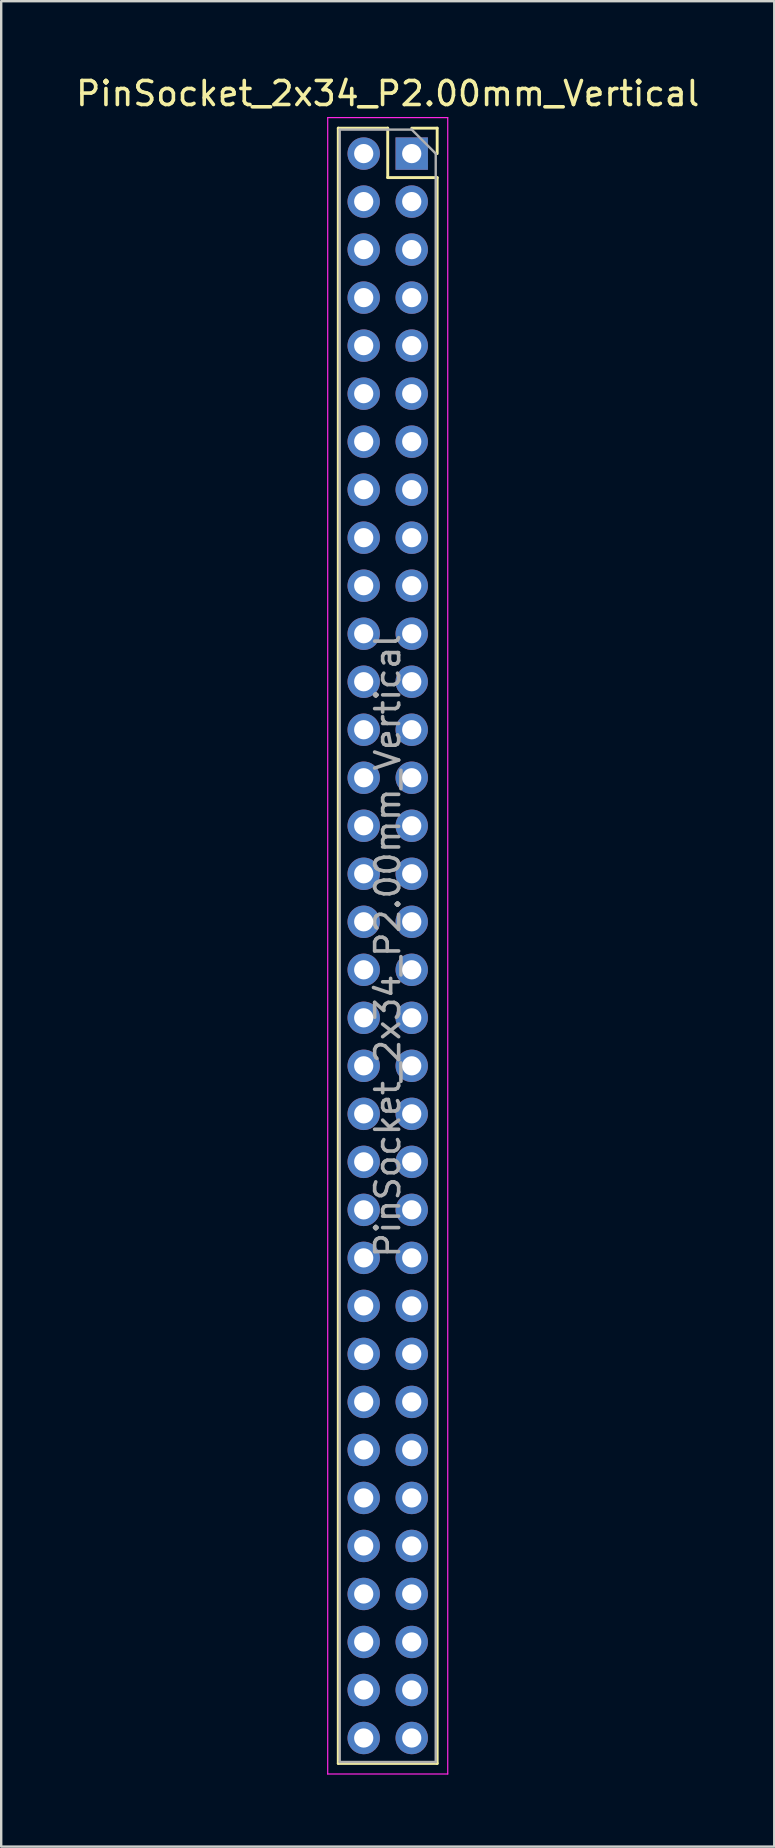
<source format=kicad_pcb>
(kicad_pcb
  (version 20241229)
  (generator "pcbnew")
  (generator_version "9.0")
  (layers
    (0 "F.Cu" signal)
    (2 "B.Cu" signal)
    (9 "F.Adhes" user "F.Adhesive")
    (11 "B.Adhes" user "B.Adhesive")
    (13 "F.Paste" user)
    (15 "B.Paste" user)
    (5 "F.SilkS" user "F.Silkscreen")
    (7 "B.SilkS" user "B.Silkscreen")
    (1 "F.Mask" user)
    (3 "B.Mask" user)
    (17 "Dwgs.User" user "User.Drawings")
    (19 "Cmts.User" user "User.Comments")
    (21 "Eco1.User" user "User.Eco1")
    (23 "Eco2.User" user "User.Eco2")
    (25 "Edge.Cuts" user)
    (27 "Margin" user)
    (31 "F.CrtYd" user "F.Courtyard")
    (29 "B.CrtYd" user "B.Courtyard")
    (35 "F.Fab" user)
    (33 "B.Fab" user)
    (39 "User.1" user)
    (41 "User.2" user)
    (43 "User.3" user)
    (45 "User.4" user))
  (footprint "PinSocket_2x34_P2.00mm_Vertical"
    (layer "F.Cu")
    (at 14.101 3.348)
    (property "Reference" "PinSocket_2x34_P2.00mm_Vertical" (at -1 -2.5 0) (layer "F.SilkS") (effects (font (size 1 1) (thickness 0.15))))
    (attr through_hole)
    (fp_line (start -3.06 -1.06) (end -3.06 67.06) (stroke (width 0.12) (type solid)) (layer "F.SilkS"))
    (fp_line (start -3.06 -1.06) (end -1 -1.06) (stroke (width 0.12) (type solid)) (layer "F.SilkS"))
    (fp_line (start -3.06 67.06) (end 1.06 67.06) (stroke (width 0.12) (type solid)) (layer "F.SilkS"))
    (fp_line (start -1 -1.06) (end -1 1) (stroke (width 0.12) (type solid)) (layer "F.SilkS"))
    (fp_line (start -1 1) (end 1.06 1) (stroke (width 0.12) (type solid)) (layer "F.SilkS"))
    (fp_line (start 0 -1.06) (end 1.06 -1.06) (stroke (width 0.12) (type solid)) (layer "F.SilkS"))
    (fp_line (start 1.06 -1.06) (end 1.06 0) (stroke (width 0.12) (type solid)) (layer "F.SilkS"))
    (fp_line (start 1.06 1) (end 1.06 67.06) (stroke (width 0.12) (type solid)) (layer "F.SilkS"))
    (fp_line (start -3.5 -1.5) (end 1.5 -1.5) (stroke (width 0.05) (type solid)) (layer "F.CrtYd"))
    (fp_line (start -3.5 67.5) (end -3.5 -1.5) (stroke (width 0.05) (type solid)) (layer "F.CrtYd"))
    (fp_line (start 1.5 -1.5) (end 1.5 67.5) (stroke (width 0.05) (type solid)) (layer "F.CrtYd"))
    (fp_line (start 1.5 67.5) (end -3.5 67.5) (stroke (width 0.05) (type solid)) (layer "F.CrtYd"))
    (fp_line (start -3 -1) (end 0 -1) (stroke (width 0.1) (type solid)) (layer "F.Fab"))
    (fp_line (start -3 67) (end -3 -1) (stroke (width 0.1) (type solid)) (layer "F.Fab"))
    (fp_line (start 0 -1) (end 1 0) (stroke (width 0.1) (type solid)) (layer "F.Fab"))
    (fp_line (start 1 0) (end 1 67) (stroke (width 0.1) (type solid)) (layer "F.Fab"))
    (fp_line (start 1 67) (end -3 67) (stroke (width 0.1) (type solid)) (layer "F.Fab"))
    (fp_text user "${REFERENCE}" (at -1 33 90) (layer "F.Fab") (effects (font (size 1 1) (thickness 0.15))))
    (pad "1" thru_hole rect (at 0 0) (size 1.35 1.35) (drill 0.8) (layers "*.Cu" "*.Mask"))
    (pad "2" thru_hole oval (at -2 0) (size 1.35 1.35) (drill 0.8) (layers "*.Cu" "*.Mask"))
    (pad "3" thru_hole oval (at 0 2) (size 1.35 1.35) (drill 0.8) (layers "*.Cu" "*.Mask"))
    (pad "4" thru_hole oval (at -2 2) (size 1.35 1.35) (drill 0.8) (layers "*.Cu" "*.Mask"))
    (pad "5" thru_hole oval (at 0 4) (size 1.35 1.35) (drill 0.8) (layers "*.Cu" "*.Mask"))
    (pad "6" thru_hole oval (at -2 4) (size 1.35 1.35) (drill 0.8) (layers "*.Cu" "*.Mask"))
    (pad "7" thru_hole oval (at 0 6) (size 1.35 1.35) (drill 0.8) (layers "*.Cu" "*.Mask"))
    (pad "8" thru_hole oval (at -2 6) (size 1.35 1.35) (drill 0.8) (layers "*.Cu" "*.Mask"))
    (pad "9" thru_hole oval (at 0 8) (size 1.35 1.35) (drill 0.8) (layers "*.Cu" "*.Mask"))
    (pad "10" thru_hole oval (at -2 8) (size 1.35 1.35) (drill 0.8) (layers "*.Cu" "*.Mask"))
    (pad "11" thru_hole oval (at 0 10) (size 1.35 1.35) (drill 0.8) (layers "*.Cu" "*.Mask"))
    (pad "12" thru_hole oval (at -2 10) (size 1.35 1.35) (drill 0.8) (layers "*.Cu" "*.Mask"))
    (pad "13" thru_hole oval (at 0 12) (size 1.35 1.35) (drill 0.8) (layers "*.Cu" "*.Mask"))
    (pad "14" thru_hole oval (at -2 12) (size 1.35 1.35) (drill 0.8) (layers "*.Cu" "*.Mask"))
    (pad "15" thru_hole oval (at 0 14) (size 1.35 1.35) (drill 0.8) (layers "*.Cu" "*.Mask"))
    (pad "16" thru_hole oval (at -2 14) (size 1.35 1.35) (drill 0.8) (layers "*.Cu" "*.Mask"))
    (pad "17" thru_hole oval (at 0 16) (size 1.35 1.35) (drill 0.8) (layers "*.Cu" "*.Mask"))
    (pad "18" thru_hole oval (at -2 16) (size 1.35 1.35) (drill 0.8) (layers "*.Cu" "*.Mask"))
    (pad "19" thru_hole oval (at 0 18) (size 1.35 1.35) (drill 0.8) (layers "*.Cu" "*.Mask"))
    (pad "20" thru_hole oval (at -2 18) (size 1.35 1.35) (drill 0.8) (layers "*.Cu" "*.Mask"))
    (pad "21" thru_hole oval (at 0 20) (size 1.35 1.35) (drill 0.8) (layers "*.Cu" "*.Mask"))
    (pad "22" thru_hole oval (at -2 20) (size 1.35 1.35) (drill 0.8) (layers "*.Cu" "*.Mask"))
    (pad "23" thru_hole oval (at 0 22) (size 1.35 1.35) (drill 0.8) (layers "*.Cu" "*.Mask"))
    (pad "24" thru_hole oval (at -2 22) (size 1.35 1.35) (drill 0.8) (layers "*.Cu" "*.Mask"))
    (pad "25" thru_hole oval (at 0 24) (size 1.35 1.35) (drill 0.8) (layers "*.Cu" "*.Mask"))
    (pad "26" thru_hole oval (at -2 24) (size 1.35 1.35) (drill 0.8) (layers "*.Cu" "*.Mask"))
    (pad "27" thru_hole oval (at 0 26) (size 1.35 1.35) (drill 0.8) (layers "*.Cu" "*.Mask"))
    (pad "28" thru_hole oval (at -2 26) (size 1.35 1.35) (drill 0.8) (layers "*.Cu" "*.Mask"))
    (pad "29" thru_hole oval (at 0 28) (size 1.35 1.35) (drill 0.8) (layers "*.Cu" "*.Mask"))
    (pad "30" thru_hole oval (at -2 28) (size 1.35 1.35) (drill 0.8) (layers "*.Cu" "*.Mask"))
    (pad "31" thru_hole oval (at 0 30) (size 1.35 1.35) (drill 0.8) (layers "*.Cu" "*.Mask"))
    (pad "32" thru_hole oval (at -2 30) (size 1.35 1.35) (drill 0.8) (layers "*.Cu" "*.Mask"))
    (pad "33" thru_hole oval (at 0 32) (size 1.35 1.35) (drill 0.8) (layers "*.Cu" "*.Mask"))
    (pad "34" thru_hole oval (at -2 32) (size 1.35 1.35) (drill 0.8) (layers "*.Cu" "*.Mask"))
    (pad "35" thru_hole oval (at 0 34) (size 1.35 1.35) (drill 0.8) (layers "*.Cu" "*.Mask"))
    (pad "36" thru_hole oval (at -2 34) (size 1.35 1.35) (drill 0.8) (layers "*.Cu" "*.Mask"))
    (pad "37" thru_hole oval (at 0 36) (size 1.35 1.35) (drill 0.8) (layers "*.Cu" "*.Mask"))
    (pad "38" thru_hole oval (at -2 36) (size 1.35 1.35) (drill 0.8) (layers "*.Cu" "*.Mask"))
    (pad "39" thru_hole oval (at 0 38) (size 1.35 1.35) (drill 0.8) (layers "*.Cu" "*.Mask"))
    (pad "40" thru_hole oval (at -2 38) (size 1.35 1.35) (drill 0.8) (layers "*.Cu" "*.Mask"))
    (pad "41" thru_hole oval (at 0 40) (size 1.35 1.35) (drill 0.8) (layers "*.Cu" "*.Mask"))
    (pad "42" thru_hole oval (at -2 40) (size 1.35 1.35) (drill 0.8) (layers "*.Cu" "*.Mask"))
    (pad "43" thru_hole oval (at 0 42) (size 1.35 1.35) (drill 0.8) (layers "*.Cu" "*.Mask"))
    (pad "44" thru_hole oval (at -2 42) (size 1.35 1.35) (drill 0.8) (layers "*.Cu" "*.Mask"))
    (pad "45" thru_hole oval (at 0 44) (size 1.35 1.35) (drill 0.8) (layers "*.Cu" "*.Mask"))
    (pad "46" thru_hole oval (at -2 44) (size 1.35 1.35) (drill 0.8) (layers "*.Cu" "*.Mask"))
    (pad "47" thru_hole oval (at 0 46) (size 1.35 1.35) (drill 0.8) (layers "*.Cu" "*.Mask"))
    (pad "48" thru_hole oval (at -2 46) (size 1.35 1.35) (drill 0.8) (layers "*.Cu" "*.Mask"))
    (pad "49" thru_hole oval (at 0 48) (size 1.35 1.35) (drill 0.8) (layers "*.Cu" "*.Mask"))
    (pad "50" thru_hole oval (at -2 48) (size 1.35 1.35) (drill 0.8) (layers "*.Cu" "*.Mask"))
    (pad "51" thru_hole oval (at 0 50) (size 1.35 1.35) (drill 0.8) (layers "*.Cu" "*.Mask"))
    (pad "52" thru_hole oval (at -2 50) (size 1.35 1.35) (drill 0.8) (layers "*.Cu" "*.Mask"))
    (pad "53" thru_hole oval (at 0 52) (size 1.35 1.35) (drill 0.8) (layers "*.Cu" "*.Mask"))
    (pad "54" thru_hole oval (at -2 52) (size 1.35 1.35) (drill 0.8) (layers "*.Cu" "*.Mask"))
    (pad "55" thru_hole oval (at 0 54) (size 1.35 1.35) (drill 0.8) (layers "*.Cu" "*.Mask"))
    (pad "56" thru_hole oval (at -2 54) (size 1.35 1.35) (drill 0.8) (layers "*.Cu" "*.Mask"))
    (pad "57" thru_hole oval (at 0 56) (size 1.35 1.35) (drill 0.8) (layers "*.Cu" "*.Mask"))
    (pad "58" thru_hole oval (at -2 56) (size 1.35 1.35) (drill 0.8) (layers "*.Cu" "*.Mask"))
    (pad "59" thru_hole oval (at 0 58) (size 1.35 1.35) (drill 0.8) (layers "*.Cu" "*.Mask"))
    (pad "60" thru_hole oval (at -2 58) (size 1.35 1.35) (drill 0.8) (layers "*.Cu" "*.Mask"))
    (pad "61" thru_hole oval (at 0 60) (size 1.35 1.35) (drill 0.8) (layers "*.Cu" "*.Mask"))
    (pad "62" thru_hole oval (at -2 60) (size 1.35 1.35) (drill 0.8) (layers "*.Cu" "*.Mask"))
    (pad "63" thru_hole oval (at 0 62) (size 1.35 1.35) (drill 0.8) (layers "*.Cu" "*.Mask"))
    (pad "64" thru_hole oval (at -2 62) (size 1.35 1.35) (drill 0.8) (layers "*.Cu" "*.Mask"))
    (pad "65" thru_hole oval (at 0 64) (size 1.35 1.35) (drill 0.8) (layers "*.Cu" "*.Mask"))
    (pad "66" thru_hole oval (at -2 64) (size 1.35 1.35) (drill 0.8) (layers "*.Cu" "*.Mask"))
    (pad "67" thru_hole oval (at 0 66) (size 1.35 1.35) (drill 0.8) (layers "*.Cu" "*.Mask"))
    (pad "68" thru_hole oval (at -2 66) (size 1.35 1.35) (drill 0.8) (layers "*.Cu" "*.Mask")))
  (gr_rect
    (start -3 -3)
    (end 29.202 73.873)
    (stroke (width 0.1) (type default))
    (fill no)
    (layer "Edge.Cuts")))
</source>
